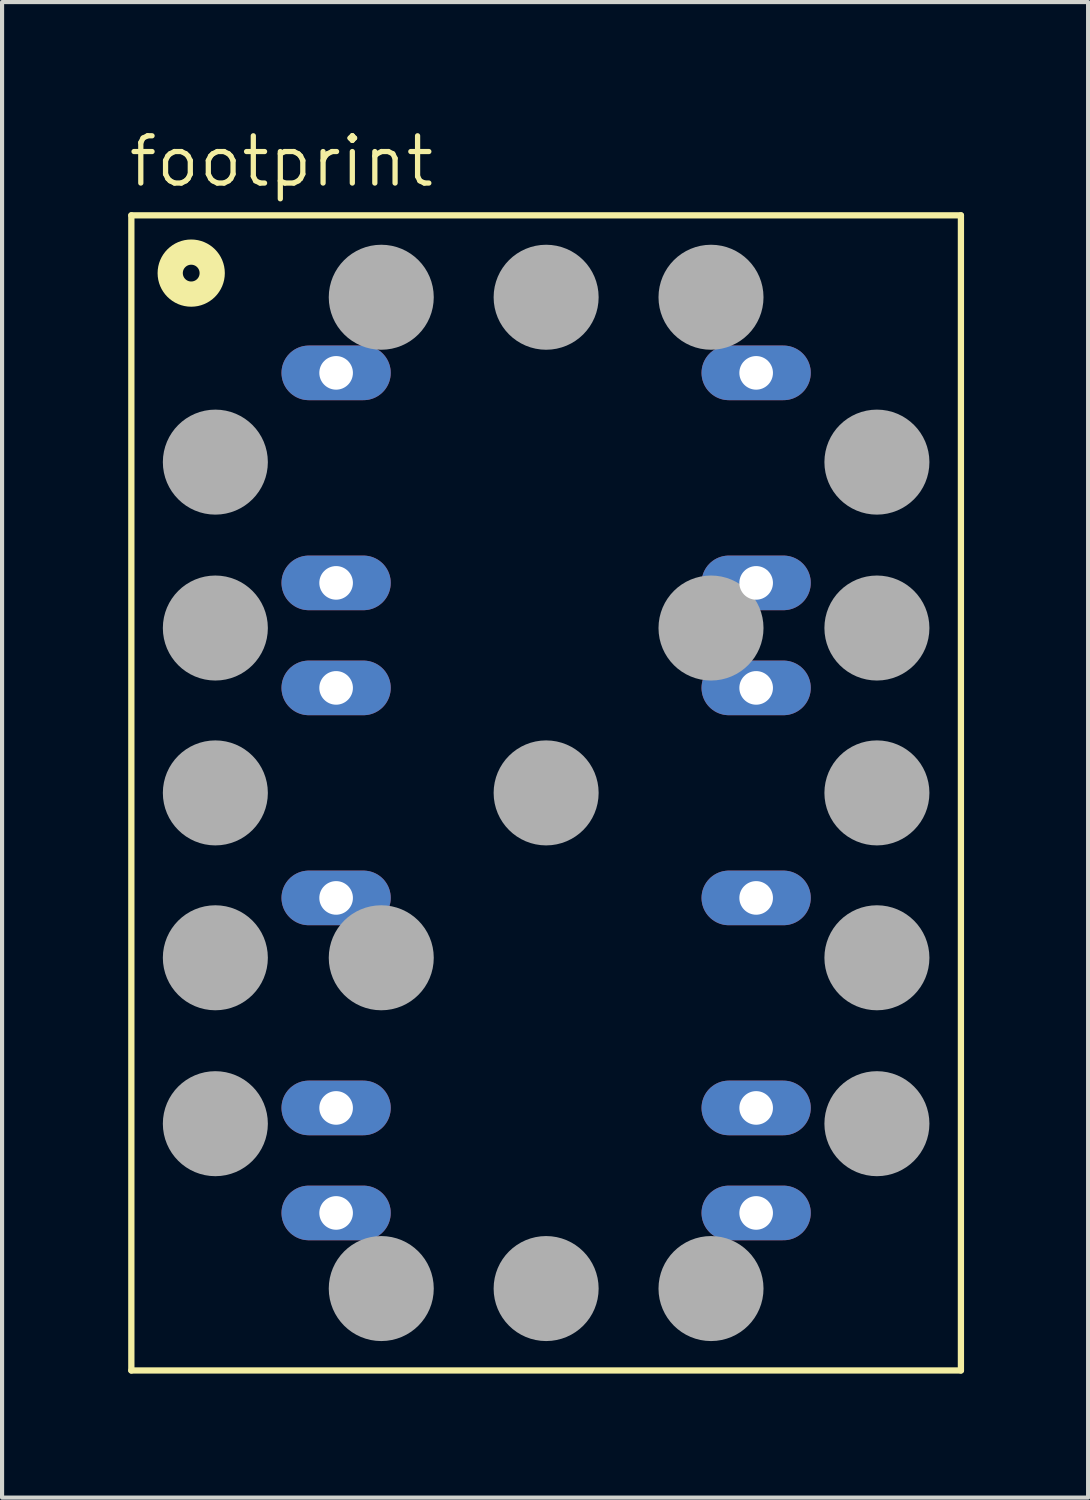
<source format=kicad_pcb>
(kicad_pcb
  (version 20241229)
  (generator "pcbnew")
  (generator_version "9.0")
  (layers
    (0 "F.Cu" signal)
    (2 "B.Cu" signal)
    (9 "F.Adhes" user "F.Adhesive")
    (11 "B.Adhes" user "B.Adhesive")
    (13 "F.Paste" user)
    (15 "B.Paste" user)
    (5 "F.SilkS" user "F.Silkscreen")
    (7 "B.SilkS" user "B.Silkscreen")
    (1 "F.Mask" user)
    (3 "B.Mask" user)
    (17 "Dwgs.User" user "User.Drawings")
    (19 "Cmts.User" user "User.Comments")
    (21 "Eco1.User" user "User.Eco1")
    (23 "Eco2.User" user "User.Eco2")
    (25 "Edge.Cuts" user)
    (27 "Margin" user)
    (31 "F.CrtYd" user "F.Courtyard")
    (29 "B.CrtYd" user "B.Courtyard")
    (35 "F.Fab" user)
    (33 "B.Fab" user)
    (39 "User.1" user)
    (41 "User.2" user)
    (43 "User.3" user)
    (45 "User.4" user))
  (footprint "footprint"
    (layer "F.Cu")
    (at 10.16 16.129)
    (property "Reference" "footprint" (at -10.16 -14.605 0) (layer "F.SilkS") (effects (font (size 1.143 1.143) (thickness 0.127)) (justify left bottom)))
    (fp_line (start -10.033 -13.97) (end -10.033 13.97) (stroke (width 0.152) (type solid)) (layer "F.SilkS"))
    (fp_line (start -10.033 -13.97) (end 10.033 -13.97) (stroke (width 0.152) (type solid)) (layer "F.SilkS"))
    (fp_line (start 10.033 13.97) (end -10.033 13.97) (stroke (width 0.152) (type solid)) (layer "F.SilkS"))
    (fp_line (start 10.033 13.97) (end 10.033 -13.97) (stroke (width 0.152) (type solid)) (layer "F.SilkS"))
    (fp_circle (center -8.585 -12.573) (end -8.077 -12.573) (stroke (width 0.61) (type solid)) (fill no) (layer "F.SilkS"))
    (fp_circle (center -8.001 -8.001) (end -7.366 -8.001) (stroke (width 1.27) (type solid)) (fill no) (layer "F.Fab"))
    (fp_circle (center -8.001 -3.988) (end -7.366 -3.988) (stroke (width 1.27) (type solid)) (fill no) (layer "F.Fab"))
    (fp_circle (center -8.001 0) (end -7.366 0) (stroke (width 1.27) (type solid)) (fill no) (layer "F.Fab"))
    (fp_circle (center -8.001 3.988) (end -7.366 3.988) (stroke (width 1.27) (type solid)) (fill no) (layer "F.Fab"))
    (fp_circle (center -8.001 8.001) (end -7.366 8.001) (stroke (width 1.27) (type solid)) (fill no) (layer "F.Fab"))
    (fp_circle (center -3.988 -11.989) (end -3.353 -11.989) (stroke (width 1.27) (type solid)) (fill no) (layer "F.Fab"))
    (fp_circle (center -3.988 3.988) (end -3.353 3.988) (stroke (width 1.27) (type solid)) (fill no) (layer "F.Fab"))
    (fp_circle (center -3.988 11.989) (end -3.353 11.989) (stroke (width 1.27) (type solid)) (fill no) (layer "F.Fab"))
    (fp_circle (center 0 -11.989) (end 0.635 -11.989) (stroke (width 1.27) (type solid)) (fill no) (layer "F.Fab"))
    (fp_circle (center 0 0) (end 0.635 0) (stroke (width 1.27) (type solid)) (fill no) (layer "F.Fab"))
    (fp_circle (center 0 11.989) (end 0.635 11.989) (stroke (width 1.27) (type solid)) (fill no) (layer "F.Fab"))
    (fp_circle (center 3.988 -11.989) (end 4.623 -11.989) (stroke (width 1.27) (type solid)) (fill no) (layer "F.Fab"))
    (fp_circle (center 3.988 -3.988) (end 4.623 -3.988) (stroke (width 1.27) (type solid)) (fill no) (layer "F.Fab"))
    (fp_circle (center 3.988 11.989) (end 4.623 11.989) (stroke (width 1.27) (type solid)) (fill no) (layer "F.Fab"))
    (fp_circle (center 8.001 -8.001) (end 8.636 -8.001) (stroke (width 1.27) (type solid)) (fill no) (layer "F.Fab"))
    (fp_circle (center 8.001 -3.988) (end 8.636 -3.988) (stroke (width 1.27) (type solid)) (fill no) (layer "F.Fab"))
    (fp_circle (center 8.001 0) (end 8.636 0) (stroke (width 1.27) (type solid)) (fill no) (layer "F.Fab"))
    (fp_circle (center 8.001 3.988) (end 8.636 3.988) (stroke (width 1.27) (type solid)) (fill no) (layer "F.Fab"))
    (fp_circle (center 8.001 8.001) (end 8.636 8.001) (stroke (width 1.27) (type solid)) (fill no) (layer "F.Fab"))
    (pad "1" thru_hole oval (at -5.08 -10.16) (size 2.642 1.321) (drill 0.813) (layers "*.Cu" "*.Mask"))
    (pad "3" thru_hole oval (at -5.08 -5.08) (size 2.642 1.321) (drill 0.813) (layers "*.Cu" "*.Mask"))
    (pad "4" thru_hole oval (at -5.08 -2.54) (size 2.642 1.321) (drill 0.813) (layers "*.Cu" "*.Mask"))
    (pad "6" thru_hole oval (at -5.08 2.54) (size 2.642 1.321) (drill 0.813) (layers "*.Cu" "*.Mask"))
    (pad "8" thru_hole oval (at -5.08 7.62) (size 2.642 1.321) (drill 0.813) (layers "*.Cu" "*.Mask"))
    (pad "9" thru_hole oval (at -5.08 10.16) (size 2.642 1.321) (drill 0.813) (layers "*.Cu" "*.Mask"))
    (pad "10" thru_hole oval (at 5.08 10.16) (size 2.642 1.321) (drill 0.813) (layers "*.Cu" "*.Mask"))
    (pad "11" thru_hole oval (at 5.08 7.62) (size 2.642 1.321) (drill 0.813) (layers "*.Cu" "*.Mask"))
    (pad "13" thru_hole oval (at 5.08 2.54) (size 2.642 1.321) (drill 0.813) (layers "*.Cu" "*.Mask"))
    (pad "15" thru_hole oval (at 5.08 -2.54) (size 2.642 1.321) (drill 0.813) (layers "*.Cu" "*.Mask"))
    (pad "16" thru_hole oval (at 5.08 -5.08) (size 2.642 1.321) (drill 0.813) (layers "*.Cu" "*.Mask"))
    (pad "18" thru_hole oval (at 5.08 -10.16) (size 2.642 1.321) (drill 0.813) (layers "*.Cu" "*.Mask")))
  (gr_rect
    (start -3 -3)
    (end 23.269 33.175)
    (stroke (width 0.1) (type default))
    (fill no)
    (layer "Edge.Cuts")))
</source>
